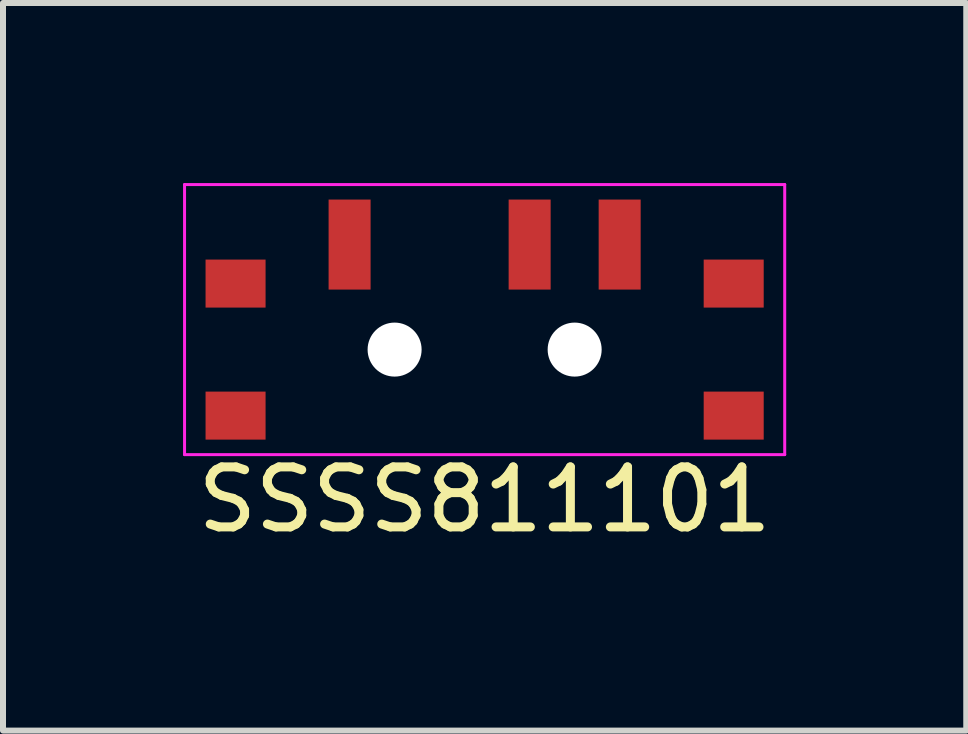
<source format=kicad_pcb>
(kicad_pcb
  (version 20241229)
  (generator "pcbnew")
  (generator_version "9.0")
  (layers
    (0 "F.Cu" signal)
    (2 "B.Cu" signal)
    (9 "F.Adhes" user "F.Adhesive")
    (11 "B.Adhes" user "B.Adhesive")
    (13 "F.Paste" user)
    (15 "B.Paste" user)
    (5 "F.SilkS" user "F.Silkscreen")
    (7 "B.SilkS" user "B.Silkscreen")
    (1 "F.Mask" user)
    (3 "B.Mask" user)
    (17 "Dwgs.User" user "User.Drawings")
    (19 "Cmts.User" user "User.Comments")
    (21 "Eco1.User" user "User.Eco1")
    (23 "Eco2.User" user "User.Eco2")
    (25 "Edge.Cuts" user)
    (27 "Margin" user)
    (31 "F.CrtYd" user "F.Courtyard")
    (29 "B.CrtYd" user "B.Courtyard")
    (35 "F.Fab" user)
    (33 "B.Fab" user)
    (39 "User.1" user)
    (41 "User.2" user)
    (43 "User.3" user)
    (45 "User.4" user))
  (footprint "SSSS811101"
    (layer "F.Cu")
    (at 5.025 2.775)
    (property "Reference" "SSSS811101" (at 0 2.5 0) (layer "F.SilkS") (effects (font (size 1 1) (thickness 0.15))))
    (attr through_hole)
    (fp_line (start -5 -2.75) (end -5 1.75) (stroke (width 0.05) (type solid)) (layer "F.CrtYd"))
    (fp_line (start -5 1.75) (end 5 1.75) (stroke (width 0.05) (type solid)) (layer "F.CrtYd"))
    (fp_line (start 5 -2.75) (end -5 -2.75) (stroke (width 0.05) (type solid)) (layer "F.CrtYd"))
    (fp_line (start 5 1.75) (end 5 -2.75) (stroke (width 0.05) (type solid)) (layer "F.CrtYd"))
    (pad "" np_thru_hole circle (at -1.5 0) (size 0.9 0.9) (drill 0.9) (layers "*.Cu" "*.Mask"))
    (pad "" np_thru_hole circle (at 1.5 0) (size 0.9 0.9) (drill 0.9) (layers "*.Cu" "*.Mask"))
    (pad "1" smd rect (at -2.25 -1.75) (size 0.7 1.5) (layers "F.Cu" "F.Mask" "F.Paste"))
    (pad "2" smd rect (at 0.75 -1.75) (size 0.7 1.5) (layers "F.Cu" "F.Mask" "F.Paste"))
    (pad "3" smd rect (at 2.25 -1.75) (size 0.7 1.5) (layers "F.Cu" "F.Mask" "F.Paste"))
    (pad "4" smd rect (at -4.15 -1.1) (size 1 0.8) (layers "F.Cu" "F.Mask" "F.Paste"))
    (pad "5" smd rect (at -4.15 1.1) (size 1 0.8) (layers "F.Cu" "F.Mask" "F.Paste"))
    (pad "6" smd rect (at 4.15 -1.1) (size 1 0.8) (layers "F.Cu" "F.Mask" "F.Paste"))
    (pad "7" smd rect (at 4.15 1.1) (size 1 0.8) (layers "F.Cu" "F.Mask" "F.Paste")))
  (gr_rect
    (start -3 -3)
    (end 13.05 9.123)
    (stroke (width 0.1) (type default))
    (fill no)
    (layer "Edge.Cuts")))
</source>
